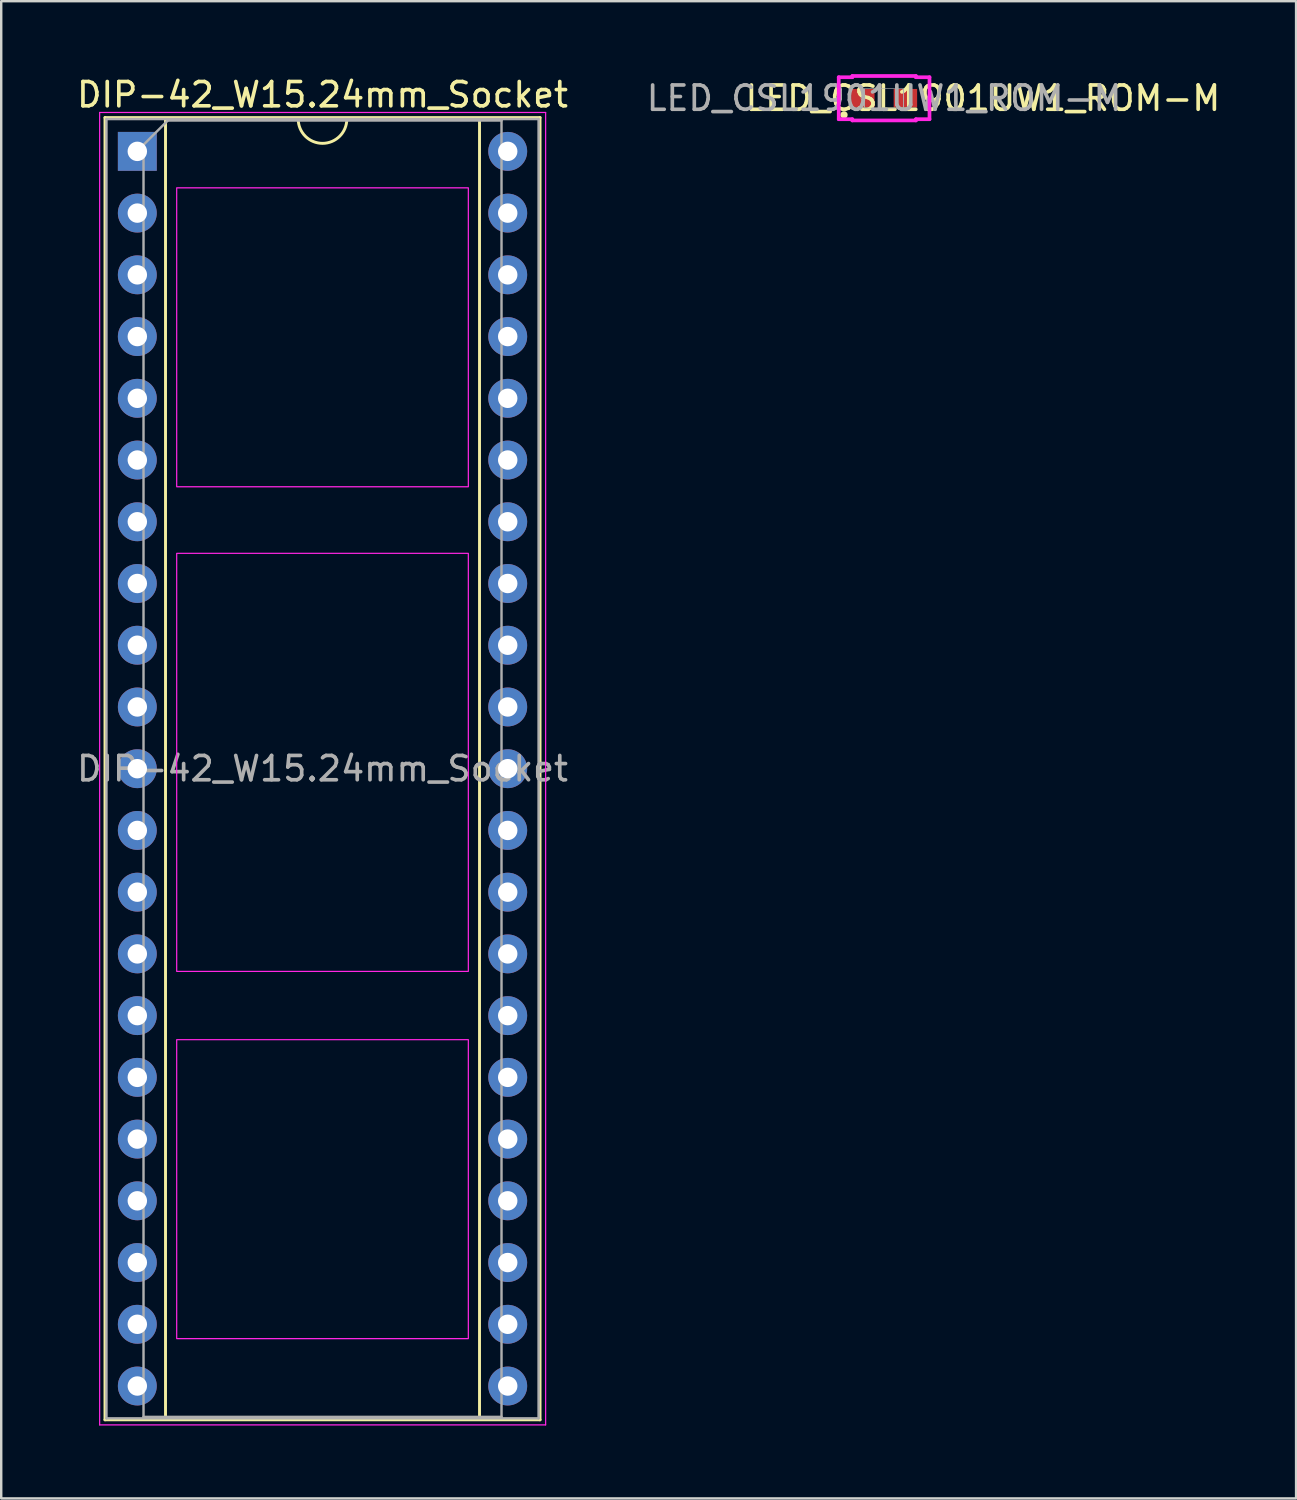
<source format=kicad_pcb>
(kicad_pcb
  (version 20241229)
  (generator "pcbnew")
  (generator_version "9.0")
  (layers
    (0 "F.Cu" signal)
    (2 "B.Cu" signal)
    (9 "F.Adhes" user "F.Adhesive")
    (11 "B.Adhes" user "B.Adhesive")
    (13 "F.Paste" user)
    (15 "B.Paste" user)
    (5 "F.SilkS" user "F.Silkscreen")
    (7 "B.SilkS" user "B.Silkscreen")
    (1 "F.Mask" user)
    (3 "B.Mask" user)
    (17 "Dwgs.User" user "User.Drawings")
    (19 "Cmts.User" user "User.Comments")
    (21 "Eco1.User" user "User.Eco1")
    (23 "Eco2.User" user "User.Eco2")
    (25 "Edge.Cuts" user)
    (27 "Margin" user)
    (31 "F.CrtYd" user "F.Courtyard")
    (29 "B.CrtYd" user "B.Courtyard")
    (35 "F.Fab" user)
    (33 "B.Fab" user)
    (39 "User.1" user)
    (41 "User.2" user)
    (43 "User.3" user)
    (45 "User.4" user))
  (footprint "LED_CSL1901UW1_ROM-M"
    (layer "F.Cu")
    (at 33.327 0.991)
    (property "Reference" "LED_CSL1901UW1_ROM-M" (at 4.064 0 0) (unlocked yes) (layer "F.SilkS") (effects (font (size 1 1) (thickness 0.15))))
    (attr smd)
    (fp_circle (center -1.651 0.686) (end -1.575 0.686) (stroke (width 0.152) (type solid)) (fill no) (layer "F.SilkS"))
    (fp_line (start -1.867 -0.864) (end -1.308 -0.864) (stroke (width 0.152) (type solid)) (layer "F.CrtYd"))
    (fp_line (start -1.867 0.864) (end -1.867 -0.864) (stroke (width 0.152) (type solid)) (layer "F.CrtYd"))
    (fp_line (start -1.308 -0.914) (end 1.308 -0.914) (stroke (width 0.152) (type solid)) (layer "F.CrtYd"))
    (fp_line (start -1.308 -0.864) (end -1.308 -0.914) (stroke (width 0.152) (type solid)) (layer "F.CrtYd"))
    (fp_line (start -1.308 0.864) (end -1.867 0.864) (stroke (width 0.152) (type solid)) (layer "F.CrtYd"))
    (fp_line (start -1.308 0.914) (end -1.308 0.864) (stroke (width 0.152) (type solid)) (layer "F.CrtYd"))
    (fp_line (start 1.308 -0.914) (end 1.308 -0.864) (stroke (width 0.152) (type solid)) (layer "F.CrtYd"))
    (fp_line (start 1.308 -0.864) (end 1.867 -0.864) (stroke (width 0.152) (type solid)) (layer "F.CrtYd"))
    (fp_line (start 1.308 0.864) (end 1.308 0.914) (stroke (width 0.152) (type solid)) (layer "F.CrtYd"))
    (fp_line (start 1.308 0.914) (end -1.308 0.914) (stroke (width 0.152) (type solid)) (layer "F.CrtYd"))
    (fp_line (start 1.867 -0.864) (end 1.867 0.864) (stroke (width 0.152) (type solid)) (layer "F.CrtYd"))
    (fp_line (start 1.867 0.864) (end 1.308 0.864) (stroke (width 0.152) (type solid)) (layer "F.CrtYd"))
    (fp_line (start -0.8 -0.406) (end -0.8 0.406) (stroke (width 0.025) (type solid)) (layer "F.Fab"))
    (fp_line (start -0.8 -0.356) (end -0.8 -0.356) (stroke (width 0.025) (type solid)) (layer "F.Fab"))
    (fp_line (start -0.8 -0.356) (end -0.8 0.356) (stroke (width 0.025) (type solid)) (layer "F.Fab"))
    (fp_line (start -0.8 0.356) (end -0.8 -0.356) (stroke (width 0.025) (type solid)) (layer "F.Fab"))
    (fp_line (start -0.8 0.356) (end -0.8 0.356) (stroke (width 0.025) (type solid)) (layer "F.Fab"))
    (fp_line (start -0.8 0.406) (end 0.8 0.406) (stroke (width 0.025) (type solid)) (layer "F.Fab"))
    (fp_line (start 0.8 -0.406) (end -0.8 -0.406) (stroke (width 0.025) (type solid)) (layer "F.Fab"))
    (fp_line (start 0.8 -0.356) (end 0.8 -0.356) (stroke (width 0.025) (type solid)) (layer "F.Fab"))
    (fp_line (start 0.8 -0.356) (end 0.8 0.356) (stroke (width 0.025) (type solid)) (layer "F.Fab"))
    (fp_line (start 0.8 0.356) (end 0.8 -0.356) (stroke (width 0.025) (type solid)) (layer "F.Fab"))
    (fp_line (start 0.8 0.356) (end 0.8 0.356) (stroke (width 0.025) (type solid)) (layer "F.Fab"))
    (fp_line (start 0.8 0.406) (end 0.8 -0.406) (stroke (width 0.025) (type solid)) (layer "F.Fab"))
    (fp_circle (center -0.876 0) (end -0.8 0) (stroke (width 0.025) (type solid)) (fill no) (layer "F.Fab"))
    (fp_text user "${REFERENCE}" (at 0 0 0) (unlocked yes) (layer "F.Fab") (effects (font (size 1 1) (thickness 0.15))))
    (pad "1" smd rect (at -0.876 0) (size 0.965 0.762) (layers "F.Cu" "F.Mask" "F.Paste"))
    (pad "2" smd rect (at 0.876 0) (size 0.965 0.762) (layers "F.Cu" "F.Mask" "F.Paste"))
    (zone (net_name "") (layer "F.Cu") (hatch full 0.508) (connect_pads) (min_thickness 0.254) (filled_areas_thickness no) (keepout (tracks not_allowed) (vias not_allowed) (pads allowed) (copperpour not_allowed) (footprints allowed)) (placement (enabled no)) (fill) (polygon (pts (xy 32.984 0.635) (xy 33.67 0.635) (xy 33.67 1.346) (xy 32.984 1.346)))))
  (footprint "DIP-42_W15.24mm_Socket"
    (layer "F.Cu")
    (at 2.6 3.178)
    (property "Reference" "DIP-42_W15.24mm_Socket" (at 7.62 -2.33 0) (layer "F.SilkS") (effects (font (size 1 1) (thickness 0.15))))
    (attr through_hole)
    (fp_line (start -1.33 -1.39) (end -1.33 52.19) (stroke (width 0.12) (type solid)) (layer "F.SilkS"))
    (fp_line (start -1.33 52.19) (end 16.57 52.19) (stroke (width 0.12) (type solid)) (layer "F.SilkS"))
    (fp_line (start 1.16 -1.33) (end 1.16 52.13) (stroke (width 0.12) (type solid)) (layer "F.SilkS"))
    (fp_line (start 1.16 52.13) (end 14.08 52.13) (stroke (width 0.12) (type solid)) (layer "F.SilkS"))
    (fp_line (start 6.62 -1.33) (end 1.16 -1.33) (stroke (width 0.12) (type solid)) (layer "F.SilkS"))
    (fp_line (start 14.08 -1.33) (end 8.62 -1.33) (stroke (width 0.12) (type solid)) (layer "F.SilkS"))
    (fp_line (start 14.08 52.13) (end 14.08 -1.33) (stroke (width 0.12) (type solid)) (layer "F.SilkS"))
    (fp_line (start 16.57 -1.39) (end -1.33 -1.39) (stroke (width 0.12) (type solid)) (layer "F.SilkS"))
    (fp_line (start 16.57 52.19) (end 16.57 -1.39) (stroke (width 0.12) (type solid)) (layer "F.SilkS"))
    (fp_arc (start 8.62 -1.33) (mid 7.62 -0.33) (end 6.62 -1.33) (stroke (width 0.12) (type solid)) (layer "F.SilkS"))
    (fp_line (start -1.55 -1.6) (end -1.55 52.4) (stroke (width 0.05) (type solid)) (layer "F.CrtYd"))
    (fp_line (start -1.55 52.4) (end 16.8 52.4) (stroke (width 0.05) (type solid)) (layer "F.CrtYd"))
    (fp_line (start 16.8 -1.6) (end -1.55 -1.6) (stroke (width 0.05) (type solid)) (layer "F.CrtYd"))
    (fp_line (start 16.8 52.4) (end 16.8 -1.6) (stroke (width 0.05) (type solid)) (layer "F.CrtYd"))
    (fp_rect (start 1.62 13.8) (end 13.62 1.5) (stroke (width 0.05) (type default)) (fill no) (layer "F.CrtYd"))
    (fp_rect (start 1.62 33.74) (end 13.62 16.54) (stroke (width 0.05) (type default)) (fill no) (layer "F.CrtYd"))
    (fp_rect (start 1.62 48.85) (end 13.62 36.55) (stroke (width 0.05) (type default)) (fill no) (layer "F.CrtYd"))
    (fp_line (start -1.27 -1.33) (end -1.27 52.13) (stroke (width 0.1) (type solid)) (layer "F.Fab"))
    (fp_line (start -1.27 52.13) (end 16.51 52.13) (stroke (width 0.1) (type solid)) (layer "F.Fab"))
    (fp_line (start 0.255 -0.27) (end 1.255 -1.27) (stroke (width 0.1) (type solid)) (layer "F.Fab"))
    (fp_line (start 0.255 52.07) (end 0.255 -0.27) (stroke (width 0.1) (type solid)) (layer "F.Fab"))
    (fp_line (start 1.255 -1.27) (end 14.985 -1.27) (stroke (width 0.1) (type solid)) (layer "F.Fab"))
    (fp_line (start 14.985 -1.27) (end 14.985 52.07) (stroke (width 0.1) (type solid)) (layer "F.Fab"))
    (fp_line (start 14.985 52.07) (end 0.255 52.07) (stroke (width 0.1) (type solid)) (layer "F.Fab"))
    (fp_line (start 16.51 -1.33) (end -1.27 -1.33) (stroke (width 0.1) (type solid)) (layer "F.Fab"))
    (fp_line (start 16.51 52.13) (end 16.51 -1.33) (stroke (width 0.1) (type solid)) (layer "F.Fab"))
    (fp_text user "${REFERENCE}" (at 7.62 25.4 0) (layer "F.Fab") (effects (font (size 1 1) (thickness 0.15))))
    (pad "1" thru_hole rect (at 0 0) (size 1.6 1.6) (drill 0.8) (layers "*.Cu" "*.Mask"))
    (pad "2" thru_hole oval (at 0 2.54) (size 1.6 1.6) (drill 0.8) (layers "*.Cu" "*.Mask"))
    (pad "3" thru_hole oval (at 0 5.08) (size 1.6 1.6) (drill 0.8) (layers "*.Cu" "*.Mask"))
    (pad "4" thru_hole oval (at 0 7.62) (size 1.6 1.6) (drill 0.8) (layers "*.Cu" "*.Mask"))
    (pad "5" thru_hole oval (at 0 10.16) (size 1.6 1.6) (drill 0.8) (layers "*.Cu" "*.Mask"))
    (pad "6" thru_hole oval (at 0 12.7) (size 1.6 1.6) (drill 0.8) (layers "*.Cu" "*.Mask"))
    (pad "7" thru_hole oval (at 0 15.24) (size 1.6 1.6) (drill 0.8) (layers "*.Cu" "*.Mask"))
    (pad "8" thru_hole oval (at 0 17.78) (size 1.6 1.6) (drill 0.8) (layers "*.Cu" "*.Mask"))
    (pad "9" thru_hole oval (at 0 20.32) (size 1.6 1.6) (drill 0.8) (layers "*.Cu" "*.Mask"))
    (pad "10" thru_hole oval (at 0 22.86) (size 1.6 1.6) (drill 0.8) (layers "*.Cu" "*.Mask"))
    (pad "11" thru_hole oval (at 0 25.4) (size 1.6 1.6) (drill 0.8) (layers "*.Cu" "*.Mask"))
    (pad "12" thru_hole oval (at 0 27.94) (size 1.6 1.6) (drill 0.8) (layers "*.Cu" "*.Mask"))
    (pad "13" thru_hole oval (at 0 30.48) (size 1.6 1.6) (drill 0.8) (layers "*.Cu" "*.Mask"))
    (pad "14" thru_hole oval (at 0 33.02) (size 1.6 1.6) (drill 0.8) (layers "*.Cu" "*.Mask"))
    (pad "15" thru_hole oval (at 0 35.56) (size 1.6 1.6) (drill 0.8) (layers "*.Cu" "*.Mask"))
    (pad "16" thru_hole oval (at 0 38.1) (size 1.6 1.6) (drill 0.8) (layers "*.Cu" "*.Mask"))
    (pad "17" thru_hole oval (at 0 40.64) (size 1.6 1.6) (drill 0.8) (layers "*.Cu" "*.Mask"))
    (pad "18" thru_hole oval (at 0 43.18) (size 1.6 1.6) (drill 0.8) (layers "*.Cu" "*.Mask"))
    (pad "19" thru_hole oval (at 0 45.72) (size 1.6 1.6) (drill 0.8) (layers "*.Cu" "*.Mask"))
    (pad "20" thru_hole oval (at 0 48.26) (size 1.6 1.6) (drill 0.8) (layers "*.Cu" "*.Mask"))
    (pad "21" thru_hole oval (at 0 50.8) (size 1.6 1.6) (drill 0.8) (layers "*.Cu" "*.Mask"))
    (pad "22" thru_hole oval (at 15.24 50.8) (size 1.6 1.6) (drill 0.8) (layers "*.Cu" "*.Mask"))
    (pad "23" thru_hole oval (at 15.24 48.26) (size 1.6 1.6) (drill 0.8) (layers "*.Cu" "*.Mask"))
    (pad "24" thru_hole oval (at 15.24 45.72) (size 1.6 1.6) (drill 0.8) (layers "*.Cu" "*.Mask"))
    (pad "25" thru_hole oval (at 15.24 43.18) (size 1.6 1.6) (drill 0.8) (layers "*.Cu" "*.Mask"))
    (pad "26" thru_hole oval (at 15.24 40.64) (size 1.6 1.6) (drill 0.8) (layers "*.Cu" "*.Mask"))
    (pad "27" thru_hole oval (at 15.24 38.1) (size 1.6 1.6) (drill 0.8) (layers "*.Cu" "*.Mask"))
    (pad "28" thru_hole oval (at 15.24 35.56) (size 1.6 1.6) (drill 0.8) (layers "*.Cu" "*.Mask"))
    (pad "29" thru_hole oval (at 15.24 33.02) (size 1.6 1.6) (drill 0.8) (layers "*.Cu" "*.Mask"))
    (pad "30" thru_hole oval (at 15.24 30.48) (size 1.6 1.6) (drill 0.8) (layers "*.Cu" "*.Mask"))
    (pad "31" thru_hole oval (at 15.24 27.94) (size 1.6 1.6) (drill 0.8) (layers "*.Cu" "*.Mask"))
    (pad "32" thru_hole oval (at 15.24 25.4) (size 1.6 1.6) (drill 0.8) (layers "*.Cu" "*.Mask"))
    (pad "33" thru_hole oval (at 15.24 22.86) (size 1.6 1.6) (drill 0.8) (layers "*.Cu" "*.Mask"))
    (pad "34" thru_hole oval (at 15.24 20.32) (size 1.6 1.6) (drill 0.8) (layers "*.Cu" "*.Mask"))
    (pad "35" thru_hole oval (at 15.24 17.78) (size 1.6 1.6) (drill 0.8) (layers "*.Cu" "*.Mask"))
    (pad "36" thru_hole oval (at 15.24 15.24) (size 1.6 1.6) (drill 0.8) (layers "*.Cu" "*.Mask"))
    (pad "37" thru_hole oval (at 15.24 12.7) (size 1.6 1.6) (drill 0.8) (layers "*.Cu" "*.Mask"))
    (pad "38" thru_hole oval (at 15.24 10.16) (size 1.6 1.6) (drill 0.8) (layers "*.Cu" "*.Mask"))
    (pad "39" thru_hole oval (at 15.24 7.62) (size 1.6 1.6) (drill 0.8) (layers "*.Cu" "*.Mask"))
    (pad "40" thru_hole oval (at 15.24 5.08) (size 1.6 1.6) (drill 0.8) (layers "*.Cu" "*.Mask"))
    (pad "41" thru_hole oval (at 15.24 2.54) (size 1.6 1.6) (drill 0.8) (layers "*.Cu" "*.Mask"))
    (pad "42" thru_hole oval (at 15.24 0) (size 1.6 1.6) (drill 0.8) (layers "*.Cu" "*.Mask")))
  (gr_rect
    (start -3 -3)
    (end 50.278 58.603)
    (stroke (width 0.1) (type default))
    (fill no)
    (layer "Edge.Cuts")))
</source>
